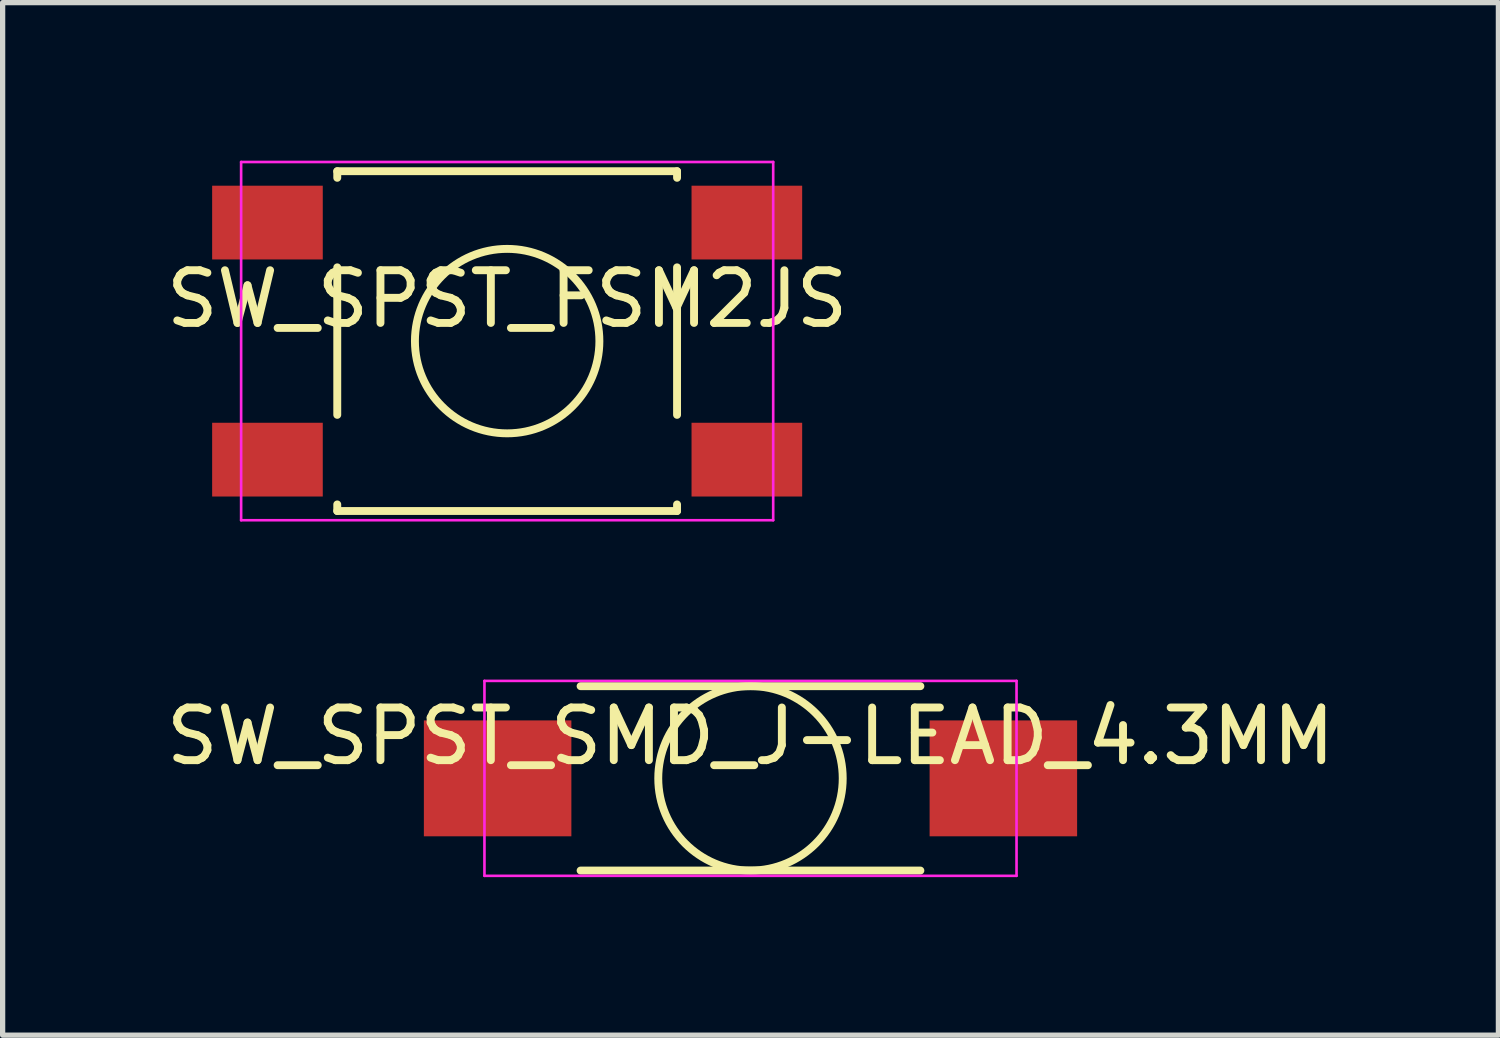
<source format=kicad_pcb>
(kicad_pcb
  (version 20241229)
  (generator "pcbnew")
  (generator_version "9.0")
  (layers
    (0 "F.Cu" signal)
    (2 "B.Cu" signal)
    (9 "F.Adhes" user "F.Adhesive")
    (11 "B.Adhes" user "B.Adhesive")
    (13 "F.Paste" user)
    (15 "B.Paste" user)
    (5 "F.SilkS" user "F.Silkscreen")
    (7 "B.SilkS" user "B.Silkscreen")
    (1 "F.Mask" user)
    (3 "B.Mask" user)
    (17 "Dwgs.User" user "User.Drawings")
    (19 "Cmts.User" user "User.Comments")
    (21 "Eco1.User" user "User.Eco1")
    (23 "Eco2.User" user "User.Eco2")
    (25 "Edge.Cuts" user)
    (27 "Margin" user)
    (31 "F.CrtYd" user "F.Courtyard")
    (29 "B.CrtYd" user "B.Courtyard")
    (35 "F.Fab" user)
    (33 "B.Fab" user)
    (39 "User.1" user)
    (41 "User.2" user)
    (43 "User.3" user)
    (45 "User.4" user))
  (footprint "SW_SPST_SMD_J-LEAD_4.3MM"
    (layer "F.Cu")
    (at 11.196 11.725)
    (property "Reference" "SW_SPST_SMD_J-LEAD_4.3MM" (at 0 -0.8 0) (layer "F.SilkS") (effects (font (size 1 1) (thickness 0.15))))
    (attr through_hole)
    (fp_line (start -3.225 -1.75) (end 3.225 -1.75) (stroke (width 0.15) (type solid)) (layer "F.SilkS"))
    (fp_line (start -3.225 1.75) (end 3.225 1.75) (stroke (width 0.15) (type solid)) (layer "F.SilkS"))
    (fp_circle (center 0 0) (end 1.75 -0.05) (stroke (width 0.15) (type solid)) (fill no) (layer "F.SilkS"))
    (fp_line (start -5.05 -1.85) (end -5.05 1.85) (stroke (width 0.05) (type solid)) (layer "F.CrtYd"))
    (fp_line (start -5.05 -1.85) (end 5.05 -1.85) (stroke (width 0.05) (type solid)) (layer "F.CrtYd"))
    (fp_line (start -5.05 1.85) (end 5.05 1.85) (stroke (width 0.05) (type solid)) (layer "F.CrtYd"))
    (fp_line (start 5.05 1.85) (end 5.05 -1.85) (stroke (width 0.05) (type solid)) (layer "F.CrtYd"))
    (pad "1" smd rect (at -4.8 0) (size 2.8 2.2) (layers "F.Cu" "F.Mask" "F.Paste"))
    (pad "2" smd rect (at 4.8 0) (size 2.8 2.2) (layers "F.Cu" "F.Mask" "F.Paste")))
  (footprint "SW_SPST_FSM2JS"
    (layer "F.Cu")
    (at 6.577 3.425)
    (property "Reference" "SW_SPST_FSM2JS" (at 0 -0.8 0) (layer "F.SilkS") (effects (font (size 1 1) (thickness 0.15))))
    (attr through_hole)
    (fp_line (start -3.225 -3.225) (end 3.225 -3.225) (stroke (width 0.15) (type solid)) (layer "F.SilkS"))
    (fp_line (start -3.225 -3.1) (end -3.225 -3.225) (stroke (width 0.15) (type solid)) (layer "F.SilkS"))
    (fp_line (start -3.225 -1.4) (end -3.225 1.4) (stroke (width 0.15) (type solid)) (layer "F.SilkS"))
    (fp_line (start -3.225 3.225) (end -3.225 3.1) (stroke (width 0.15) (type solid)) (layer "F.SilkS"))
    (fp_line (start -3.225 3.225) (end 3.225 3.225) (stroke (width 0.15) (type solid)) (layer "F.SilkS"))
    (fp_line (start 3.225 -3.225) (end 3.225 -3.1) (stroke (width 0.15) (type solid)) (layer "F.SilkS"))
    (fp_line (start 3.225 -1.4) (end 3.225 1.4) (stroke (width 0.15) (type solid)) (layer "F.SilkS"))
    (fp_line (start 3.225 3.225) (end 3.225 3.1) (stroke (width 0.15) (type solid)) (layer "F.SilkS"))
    (fp_circle (center 0 0) (end 1.75 -0.05) (stroke (width 0.15) (type solid)) (fill no) (layer "F.SilkS"))
    (fp_line (start -5.05 -3.4) (end -5.05 3.4) (stroke (width 0.05) (type solid)) (layer "F.CrtYd"))
    (fp_line (start -5.05 -3.4) (end 5.05 -3.4) (stroke (width 0.05) (type solid)) (layer "F.CrtYd"))
    (fp_line (start -5.05 3.4) (end 5.05 3.4) (stroke (width 0.05) (type solid)) (layer "F.CrtYd"))
    (fp_line (start 5.05 3.4) (end 5.05 -3.4) (stroke (width 0.05) (type solid)) (layer "F.CrtYd"))
    (pad "1" smd rect (at -4.55 -2.25) (size 2.1 1.4) (layers "F.Cu" "F.Mask" "F.Paste"))
    (pad "1" smd rect (at 4.55 -2.25) (size 2.1 1.4) (layers "F.Cu" "F.Mask" "F.Paste"))
    (pad "2" smd rect (at -4.55 2.25) (size 2.1 1.4) (layers "F.Cu" "F.Mask" "F.Paste"))
    (pad "2" smd rect (at 4.55 2.25) (size 2.1 1.4) (layers "F.Cu" "F.Mask" "F.Paste")))
  (gr_rect
    (start -3 -3)
    (end 25.393 16.6)
    (stroke (width 0.1) (type default))
    (fill no)
    (layer "Edge.Cuts")))
</source>
